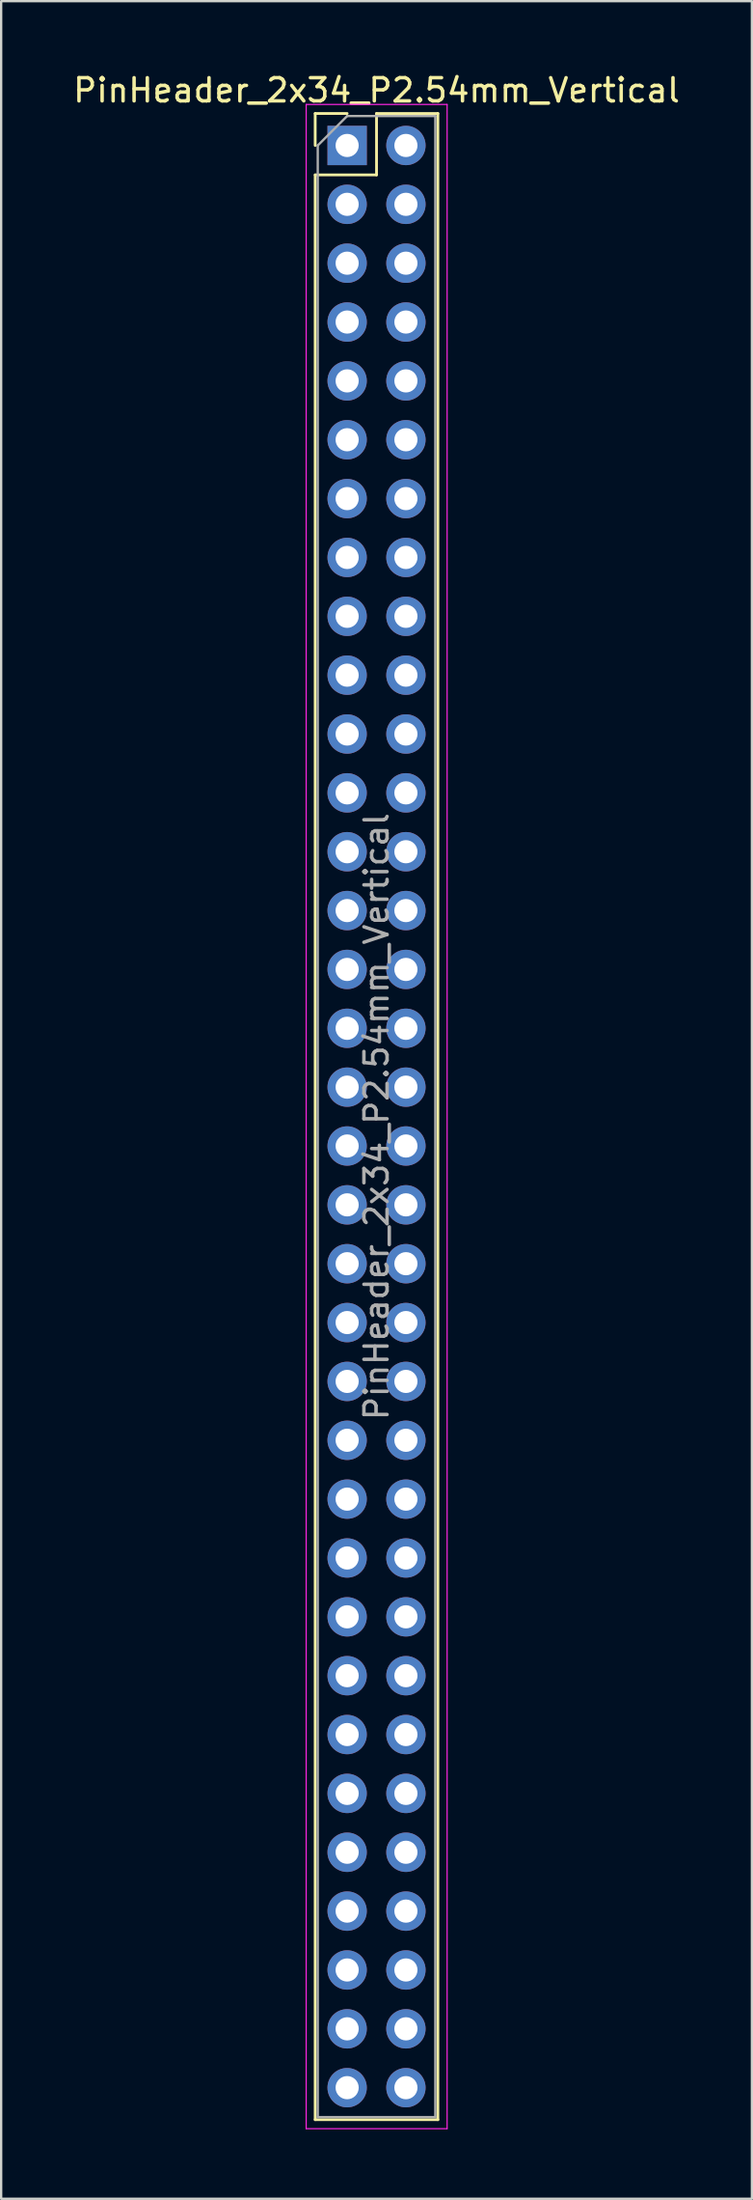
<source format=kicad_pcb>
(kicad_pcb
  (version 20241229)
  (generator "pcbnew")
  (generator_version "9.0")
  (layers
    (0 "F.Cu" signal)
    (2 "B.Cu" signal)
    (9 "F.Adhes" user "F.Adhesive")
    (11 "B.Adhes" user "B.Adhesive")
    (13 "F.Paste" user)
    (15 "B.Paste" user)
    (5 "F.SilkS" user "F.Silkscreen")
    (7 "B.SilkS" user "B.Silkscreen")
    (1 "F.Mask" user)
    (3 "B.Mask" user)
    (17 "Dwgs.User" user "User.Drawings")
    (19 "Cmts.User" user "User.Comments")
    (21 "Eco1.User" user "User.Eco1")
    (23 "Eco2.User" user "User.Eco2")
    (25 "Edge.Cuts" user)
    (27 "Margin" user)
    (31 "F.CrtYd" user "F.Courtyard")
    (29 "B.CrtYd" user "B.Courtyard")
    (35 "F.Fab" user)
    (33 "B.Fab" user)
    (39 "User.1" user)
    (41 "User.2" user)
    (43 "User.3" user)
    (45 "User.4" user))
  (footprint "PinHeader_2x34_P2.54mm_Vertical"
    (layer "F.Cu")
    (at 11.95 3.228)
    (property "Reference" "PinHeader_2x34_P2.54mm_Vertical" (at 1.27 -2.38 0) (layer "F.SilkS") (effects (font (size 1 1) (thickness 0.15))))
    (attr through_hole)
    (fp_line (start -1.38 -1.38) (end 0 -1.38) (stroke (width 0.12) (type solid)) (layer "F.SilkS"))
    (fp_line (start -1.38 0) (end -1.38 -1.38) (stroke (width 0.12) (type solid)) (layer "F.SilkS"))
    (fp_line (start -1.38 1.27) (end -1.38 85.2) (stroke (width 0.12) (type solid)) (layer "F.SilkS"))
    (fp_line (start -1.38 1.27) (end 1.27 1.27) (stroke (width 0.12) (type solid)) (layer "F.SilkS"))
    (fp_line (start -1.38 85.2) (end 3.92 85.2) (stroke (width 0.12) (type solid)) (layer "F.SilkS"))
    (fp_line (start 1.27 -1.38) (end 3.92 -1.38) (stroke (width 0.12) (type solid)) (layer "F.SilkS"))
    (fp_line (start 1.27 1.27) (end 1.27 -1.38) (stroke (width 0.12) (type solid)) (layer "F.SilkS"))
    (fp_line (start 3.92 -1.38) (end 3.92 85.2) (stroke (width 0.12) (type solid)) (layer "F.SilkS"))
    (fp_line (start -1.77 -1.77) (end -1.77 85.59) (stroke (width 0.05) (type solid)) (layer "F.CrtYd"))
    (fp_line (start -1.77 85.59) (end 4.32 85.59) (stroke (width 0.05) (type solid)) (layer "F.CrtYd"))
    (fp_line (start 4.32 -1.77) (end -1.77 -1.77) (stroke (width 0.05) (type solid)) (layer "F.CrtYd"))
    (fp_line (start 4.32 85.59) (end 4.32 -1.77) (stroke (width 0.05) (type solid)) (layer "F.CrtYd"))
    (fp_line (start -1.27 0) (end 0 -1.27) (stroke (width 0.1) (type solid)) (layer "F.Fab"))
    (fp_line (start -1.27 85.09) (end -1.27 0) (stroke (width 0.1) (type solid)) (layer "F.Fab"))
    (fp_line (start 0 -1.27) (end 3.81 -1.27) (stroke (width 0.1) (type solid)) (layer "F.Fab"))
    (fp_line (start 3.81 -1.27) (end 3.81 85.09) (stroke (width 0.1) (type solid)) (layer "F.Fab"))
    (fp_line (start 3.81 85.09) (end -1.27 85.09) (stroke (width 0.1) (type solid)) (layer "F.Fab"))
    (fp_text user "${REFERENCE}" (at 1.27 41.91 90) (layer "F.Fab") (effects (font (size 1 1) (thickness 0.15))))
    (pad "1" thru_hole rect (at 0 0) (size 1.7 1.7) (drill 1) (layers "*.Cu" "*.Mask"))
    (pad "2" thru_hole circle (at 2.54 0) (size 1.7 1.7) (drill 1) (layers "*.Cu" "*.Mask"))
    (pad "3" thru_hole circle (at 0 2.54) (size 1.7 1.7) (drill 1) (layers "*.Cu" "*.Mask"))
    (pad "4" thru_hole circle (at 2.54 2.54) (size 1.7 1.7) (drill 1) (layers "*.Cu" "*.Mask"))
    (pad "5" thru_hole circle (at 0 5.08) (size 1.7 1.7) (drill 1) (layers "*.Cu" "*.Mask"))
    (pad "6" thru_hole circle (at 2.54 5.08) (size 1.7 1.7) (drill 1) (layers "*.Cu" "*.Mask"))
    (pad "7" thru_hole circle (at 0 7.62) (size 1.7 1.7) (drill 1) (layers "*.Cu" "*.Mask"))
    (pad "8" thru_hole circle (at 2.54 7.62) (size 1.7 1.7) (drill 1) (layers "*.Cu" "*.Mask"))
    (pad "9" thru_hole circle (at 0 10.16) (size 1.7 1.7) (drill 1) (layers "*.Cu" "*.Mask"))
    (pad "10" thru_hole circle (at 2.54 10.16) (size 1.7 1.7) (drill 1) (layers "*.Cu" "*.Mask"))
    (pad "11" thru_hole circle (at 0 12.7) (size 1.7 1.7) (drill 1) (layers "*.Cu" "*.Mask"))
    (pad "12" thru_hole circle (at 2.54 12.7) (size 1.7 1.7) (drill 1) (layers "*.Cu" "*.Mask"))
    (pad "13" thru_hole circle (at 0 15.24) (size 1.7 1.7) (drill 1) (layers "*.Cu" "*.Mask"))
    (pad "14" thru_hole circle (at 2.54 15.24) (size 1.7 1.7) (drill 1) (layers "*.Cu" "*.Mask"))
    (pad "15" thru_hole circle (at 0 17.78) (size 1.7 1.7) (drill 1) (layers "*.Cu" "*.Mask"))
    (pad "16" thru_hole circle (at 2.54 17.78) (size 1.7 1.7) (drill 1) (layers "*.Cu" "*.Mask"))
    (pad "17" thru_hole circle (at 0 20.32) (size 1.7 1.7) (drill 1) (layers "*.Cu" "*.Mask"))
    (pad "18" thru_hole circle (at 2.54 20.32) (size 1.7 1.7) (drill 1) (layers "*.Cu" "*.Mask"))
    (pad "19" thru_hole circle (at 0 22.86) (size 1.7 1.7) (drill 1) (layers "*.Cu" "*.Mask"))
    (pad "20" thru_hole circle (at 2.54 22.86) (size 1.7 1.7) (drill 1) (layers "*.Cu" "*.Mask"))
    (pad "21" thru_hole circle (at 0 25.4) (size 1.7 1.7) (drill 1) (layers "*.Cu" "*.Mask"))
    (pad "22" thru_hole circle (at 2.54 25.4) (size 1.7 1.7) (drill 1) (layers "*.Cu" "*.Mask"))
    (pad "23" thru_hole circle (at 0 27.94) (size 1.7 1.7) (drill 1) (layers "*.Cu" "*.Mask"))
    (pad "24" thru_hole circle (at 2.54 27.94) (size 1.7 1.7) (drill 1) (layers "*.Cu" "*.Mask"))
    (pad "25" thru_hole circle (at 0 30.48) (size 1.7 1.7) (drill 1) (layers "*.Cu" "*.Mask"))
    (pad "26" thru_hole circle (at 2.54 30.48) (size 1.7 1.7) (drill 1) (layers "*.Cu" "*.Mask"))
    (pad "27" thru_hole circle (at 0 33.02) (size 1.7 1.7) (drill 1) (layers "*.Cu" "*.Mask"))
    (pad "28" thru_hole circle (at 2.54 33.02) (size 1.7 1.7) (drill 1) (layers "*.Cu" "*.Mask"))
    (pad "29" thru_hole circle (at 0 35.56) (size 1.7 1.7) (drill 1) (layers "*.Cu" "*.Mask"))
    (pad "30" thru_hole circle (at 2.54 35.56) (size 1.7 1.7) (drill 1) (layers "*.Cu" "*.Mask"))
    (pad "31" thru_hole circle (at 0 38.1) (size 1.7 1.7) (drill 1) (layers "*.Cu" "*.Mask"))
    (pad "32" thru_hole circle (at 2.54 38.1) (size 1.7 1.7) (drill 1) (layers "*.Cu" "*.Mask"))
    (pad "33" thru_hole circle (at 0 40.64) (size 1.7 1.7) (drill 1) (layers "*.Cu" "*.Mask"))
    (pad "34" thru_hole circle (at 2.54 40.64) (size 1.7 1.7) (drill 1) (layers "*.Cu" "*.Mask"))
    (pad "35" thru_hole circle (at 0 43.18) (size 1.7 1.7) (drill 1) (layers "*.Cu" "*.Mask"))
    (pad "36" thru_hole circle (at 2.54 43.18) (size 1.7 1.7) (drill 1) (layers "*.Cu" "*.Mask"))
    (pad "37" thru_hole circle (at 0 45.72) (size 1.7 1.7) (drill 1) (layers "*.Cu" "*.Mask"))
    (pad "38" thru_hole circle (at 2.54 45.72) (size 1.7 1.7) (drill 1) (layers "*.Cu" "*.Mask"))
    (pad "39" thru_hole circle (at 0 48.26) (size 1.7 1.7) (drill 1) (layers "*.Cu" "*.Mask"))
    (pad "40" thru_hole circle (at 2.54 48.26) (size 1.7 1.7) (drill 1) (layers "*.Cu" "*.Mask"))
    (pad "41" thru_hole circle (at 0 50.8) (size 1.7 1.7) (drill 1) (layers "*.Cu" "*.Mask"))
    (pad "42" thru_hole circle (at 2.54 50.8) (size 1.7 1.7) (drill 1) (layers "*.Cu" "*.Mask"))
    (pad "43" thru_hole circle (at 0 53.34) (size 1.7 1.7) (drill 1) (layers "*.Cu" "*.Mask"))
    (pad "44" thru_hole circle (at 2.54 53.34) (size 1.7 1.7) (drill 1) (layers "*.Cu" "*.Mask"))
    (pad "45" thru_hole circle (at 0 55.88) (size 1.7 1.7) (drill 1) (layers "*.Cu" "*.Mask"))
    (pad "46" thru_hole circle (at 2.54 55.88) (size 1.7 1.7) (drill 1) (layers "*.Cu" "*.Mask"))
    (pad "47" thru_hole circle (at 0 58.42) (size 1.7 1.7) (drill 1) (layers "*.Cu" "*.Mask"))
    (pad "48" thru_hole circle (at 2.54 58.42) (size 1.7 1.7) (drill 1) (layers "*.Cu" "*.Mask"))
    (pad "49" thru_hole circle (at 0 60.96) (size 1.7 1.7) (drill 1) (layers "*.Cu" "*.Mask"))
    (pad "50" thru_hole circle (at 2.54 60.96) (size 1.7 1.7) (drill 1) (layers "*.Cu" "*.Mask"))
    (pad "51" thru_hole circle (at 0 63.5) (size 1.7 1.7) (drill 1) (layers "*.Cu" "*.Mask"))
    (pad "52" thru_hole circle (at 2.54 63.5) (size 1.7 1.7) (drill 1) (layers "*.Cu" "*.Mask"))
    (pad "53" thru_hole circle (at 0 66.04) (size 1.7 1.7) (drill 1) (layers "*.Cu" "*.Mask"))
    (pad "54" thru_hole circle (at 2.54 66.04) (size 1.7 1.7) (drill 1) (layers "*.Cu" "*.Mask"))
    (pad "55" thru_hole circle (at 0 68.58) (size 1.7 1.7) (drill 1) (layers "*.Cu" "*.Mask"))
    (pad "56" thru_hole circle (at 2.54 68.58) (size 1.7 1.7) (drill 1) (layers "*.Cu" "*.Mask"))
    (pad "57" thru_hole circle (at 0 71.12) (size 1.7 1.7) (drill 1) (layers "*.Cu" "*.Mask"))
    (pad "58" thru_hole circle (at 2.54 71.12) (size 1.7 1.7) (drill 1) (layers "*.Cu" "*.Mask"))
    (pad "59" thru_hole circle (at 0 73.66) (size 1.7 1.7) (drill 1) (layers "*.Cu" "*.Mask"))
    (pad "60" thru_hole circle (at 2.54 73.66) (size 1.7 1.7) (drill 1) (layers "*.Cu" "*.Mask"))
    (pad "61" thru_hole circle (at 0 76.2) (size 1.7 1.7) (drill 1) (layers "*.Cu" "*.Mask"))
    (pad "62" thru_hole circle (at 2.54 76.2) (size 1.7 1.7) (drill 1) (layers "*.Cu" "*.Mask"))
    (pad "63" thru_hole circle (at 0 78.74) (size 1.7 1.7) (drill 1) (layers "*.Cu" "*.Mask"))
    (pad "64" thru_hole circle (at 2.54 78.74) (size 1.7 1.7) (drill 1) (layers "*.Cu" "*.Mask"))
    (pad "65" thru_hole circle (at 0 81.28) (size 1.7 1.7) (drill 1) (layers "*.Cu" "*.Mask"))
    (pad "66" thru_hole circle (at 2.54 81.28) (size 1.7 1.7) (drill 1) (layers "*.Cu" "*.Mask"))
    (pad "67" thru_hole circle (at 0 83.82) (size 1.7 1.7) (drill 1) (layers "*.Cu" "*.Mask"))
    (pad "68" thru_hole circle (at 2.54 83.82) (size 1.7 1.7) (drill 1) (layers "*.Cu" "*.Mask")))
  (gr_rect
    (start -3 -3)
    (end 29.44 91.843)
    (stroke (width 0.1) (type default))
    (fill no)
    (layer "Edge.Cuts")))
</source>
